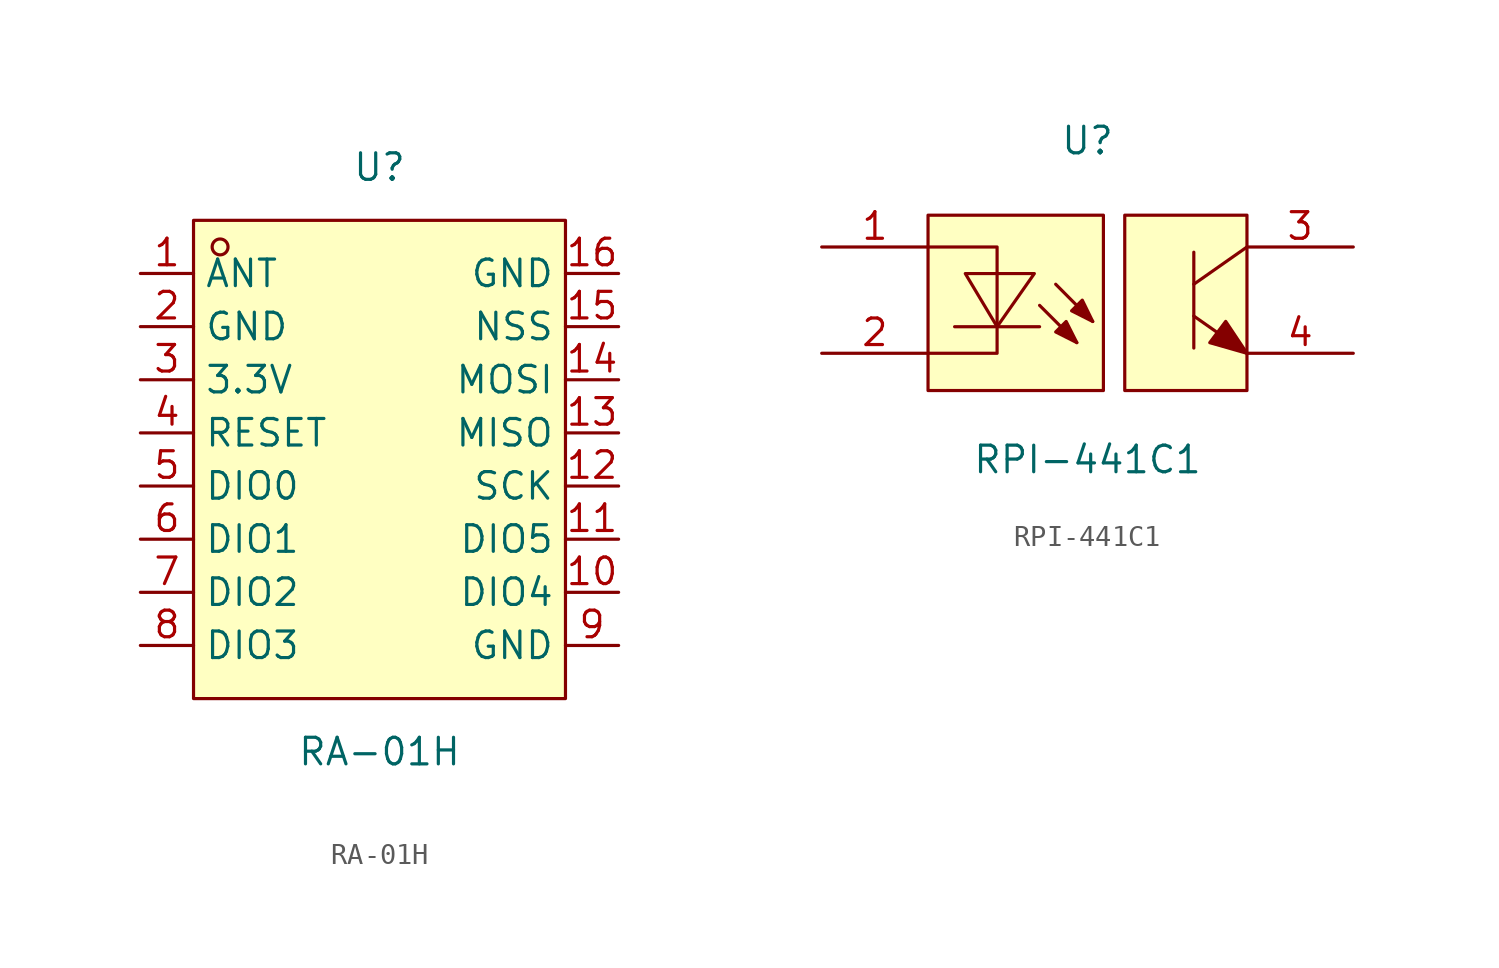
<source format=kicad_sym>
(kicad_symbol_lib
  (version 20231120)
  (generator "kicad_symbol_editor")
  (generator_version "8.0")
  (symbol "RA-01H"
    (property "Reference" "U"
      (at 0 13.97 0)
      (effects (font (size 1.27 1.27))))
    (property "Value" "RA-01H"
      (at 0 -13.97 0)
      (effects (font (size 1.27 1.27))))
    (symbol "RA-01H_0_1"
      (rectangle (start -8.89 11.43) (end 8.89 -11.43) (stroke (width 0) (type default)) (fill (type background)))
      (circle (center -7.62 10.16) (radius 0.38) (stroke (width 0) (type default)) (fill (type none)))
      (pin unspecified line (at -11.43 8.89 0) (length 2.54) (name "ANT" (effects (font (size 1.27 1.27)))) (number "1" (effects (font (size 1.27 1.27)))))
      (pin unspecified line (at 11.43 -6.35 180) (length 2.54) (name "DIO4" (effects (font (size 1.27 1.27)))) (number "10" (effects (font (size 1.27 1.27)))))
      (pin unspecified line (at 11.43 -3.81 180) (length 2.54) (name "DIO5" (effects (font (size 1.27 1.27)))) (number "11" (effects (font (size 1.27 1.27)))))
      (pin unspecified line (at 11.43 -1.27 180) (length 2.54) (name "SCK" (effects (font (size 1.27 1.27)))) (number "12" (effects (font (size 1.27 1.27)))))
      (pin unspecified line (at 11.43 1.27 180) (length 2.54) (name "MISO" (effects (font (size 1.27 1.27)))) (number "13" (effects (font (size 1.27 1.27)))))
      (pin unspecified line (at 11.43 3.81 180) (length 2.54) (name "MOSI" (effects (font (size 1.27 1.27)))) (number "14" (effects (font (size 1.27 1.27)))))
      (pin unspecified line (at 11.43 6.35 180) (length 2.54) (name "NSS" (effects (font (size 1.27 1.27)))) (number "15" (effects (font (size 1.27 1.27)))))
      (pin unspecified line (at 11.43 8.89 180) (length 2.54) (name "GND" (effects (font (size 1.27 1.27)))) (number "16" (effects (font (size 1.27 1.27)))))
      (pin unspecified line (at -11.43 6.35 0) (length 2.54) (name "GND" (effects (font (size 1.27 1.27)))) (number "2" (effects (font (size 1.27 1.27)))))
      (pin unspecified line (at -11.43 3.81 0) (length 2.54) (name "3.3V" (effects (font (size 1.27 1.27)))) (number "3" (effects (font (size 1.27 1.27)))))
      (pin unspecified line (at -11.43 1.27 0) (length 2.54) (name "RESET" (effects (font (size 1.27 1.27)))) (number "4" (effects (font (size 1.27 1.27)))))
      (pin unspecified line (at -11.43 -1.27 0) (length 2.54) (name "DIO0" (effects (font (size 1.27 1.27)))) (number "5" (effects (font (size 1.27 1.27)))))
      (pin unspecified line (at -11.43 -3.81 0) (length 2.54) (name "DIO1" (effects (font (size 1.27 1.27)))) (number "6" (effects (font (size 1.27 1.27)))))
      (pin unspecified line (at -11.43 -6.35 0) (length 2.54) (name "DIO2" (effects (font (size 1.27 1.27)))) (number "7" (effects (font (size 1.27 1.27)))))
      (pin unspecified line (at -11.43 -8.89 0) (length 2.54) (name "DIO3" (effects (font (size 1.27 1.27)))) (number "8" (effects (font (size 1.27 1.27)))))
      (pin unspecified line (at 11.43 -8.89 180) (length 2.54) (name "GND" (effects (font (size 1.27 1.27)))) (number "9" (effects (font (size 1.27 1.27)))))))
  (symbol "RPI-441C1"
    (property "Reference" "U"
      (at 0 7.62 0)
      (effects (font (size 1.27 1.27))))
    (property "Value" "RPI-441C1"
      (at 0 -7.62 0)
      (effects (font (size 1.27 1.27))))
    (symbol "RPI-441C1_0_1"
      (rectangle (start -7.62 4.06) (end 0.76 -4.32) (stroke (width 0) (type default)) (fill (type background)))
      (polyline (pts (xy -2.29 -1.27) (xy -6.35 -1.27)) (stroke (width 0) (type default)) (fill (type none)))
      (polyline (pts (xy -2.29 -0.25) (xy -0.51 -2.03)) (stroke (width 0) (type default)) (fill (type none)))
      (polyline (pts (xy -1.52 0.76) (xy 0.25 -1.02)) (stroke (width 0) (type default)) (fill (type none)))
      (polyline (pts (xy 5.08 0.76) (xy 7.62 2.54)) (stroke (width 0) (type default)) (fill (type none)))
      (polyline (pts (xy 5.08 2.29) (xy 5.08 -2.29)) (stroke (width 0) (type default)) (fill (type none)))
      (polyline (pts (xy 7.62 -2.54) (xy 5.08 -0.76)) (stroke (width 0) (type default)) (fill (type none)))
      (polyline (pts (xy -7.62 2.54) (xy -4.32 2.54) (xy -4.32 -2.54) (xy -7.62 -2.54)) (stroke (width 0) (type default)) (fill (type none)))
      (polyline (pts (xy -5.84 1.27) (xy -4.32 -1.27) (xy -2.54 1.27) (xy -5.84 1.27)) (stroke (width 0) (type default)) (fill (type background)))
      (rectangle (start 1.78 4.06) (end 7.62 -4.32) (stroke (width 0) (type default)) (fill (type background))))
    (symbol "RPI-441C1_1_1"
      (polyline (pts (xy -0.51 -2.03) (xy -1.02 -1.02) (xy -1.52 -1.52) (xy -0.51 -2.03)) (stroke (width 0) (type default)) (fill (type outline)))
      (polyline (pts (xy 0.25 -1.02) (xy -0.25 0) (xy -0.76 -0.51) (xy 0.25 -1.02)) (stroke (width 0) (type default)) (fill (type outline)))
      (polyline (pts (xy 7.62 -2.54) (xy 5.842 -2.032) (xy 6.604 -1.016) (xy 7.62 -2.54)) (stroke (width 0) (type default)) (fill (type outline)))
      (pin unspecified line (at -12.7 2.54 0) (length 5.08) (name "" (effects (font (size 1.27 1.27)))) (number "1" (effects (font (size 1.27 1.27)))))
      (pin unspecified line (at -12.7 -2.54 0) (length 5.08) (name "" (effects (font (size 1.27 1.27)))) (number "2" (effects (font (size 1.27 1.27)))))
      (pin unspecified line (at 12.7 2.54 180) (length 5.08) (name "" (effects (font (size 1.27 1.27)))) (number "3" (effects (font (size 1.27 1.27)))))
      (pin unspecified line (at 12.7 -2.54 180) (length 5.08) (name "" (effects (font (size 1.27 1.27)))) (number "4" (effects (font (size 1.27 1.27))))))))
</source>
